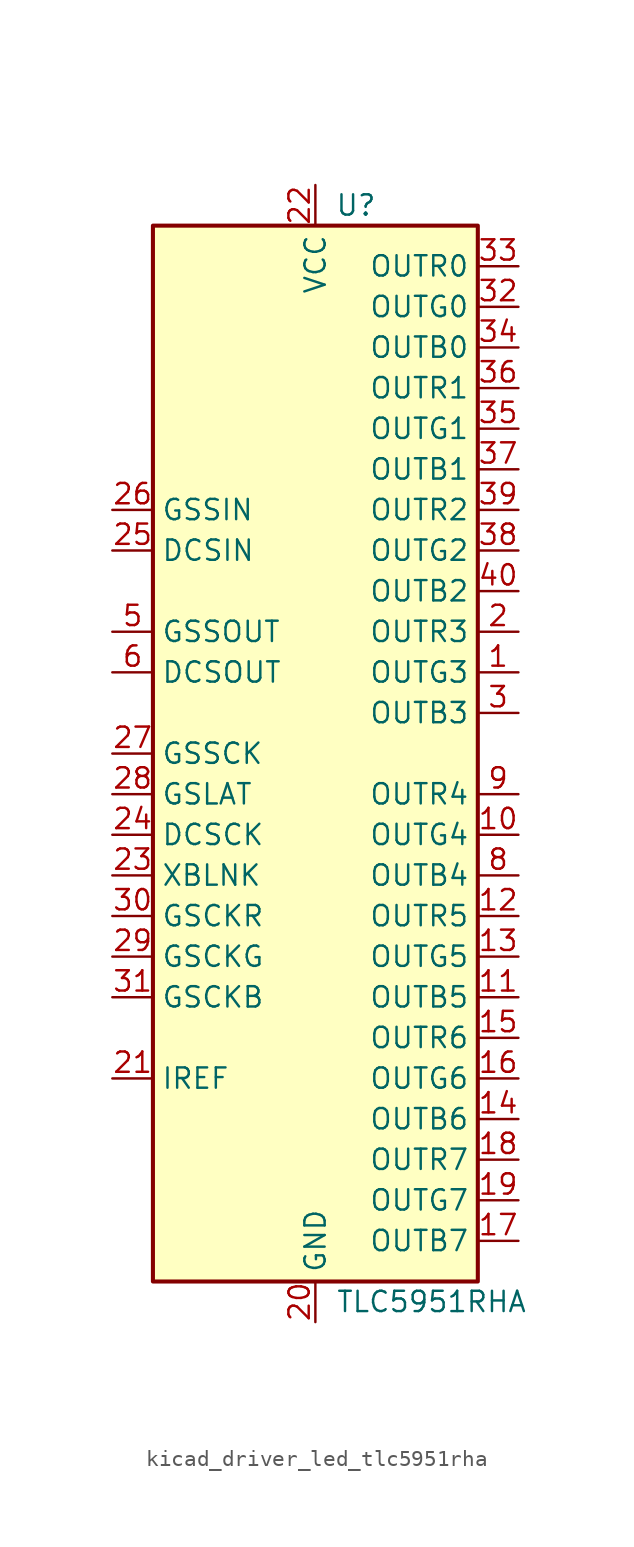
<source format=kicad_sym>
(kicad_symbol_lib
  (version 20220914)
  (generator kicad_symbol_editor)
  (symbol "kicad_driver_led_tlc5951rha"
    (property "Reference" "U"
      (at 2.54 34.29 0)
      (effects (font (size 1.27 1.27))))
    (property "Value" "TLC5951RHA"
      (at 1.27 -34.29 0)
      (effects (font (size 1.27 1.27)) (justify left)))
    (symbol "kicad_driver_led_tlc5951rha_0_1"
      (rectangle (start -10.16 33.02) (end 10.16 -33.02) (stroke (width 0.254) (type default)) (fill (type background)))
      (pin open_collector line (at 12.7 5.08 180) (length 2.54) (name "OUTG3" (effects (font (size 1.27 1.27)))) (number "1" (effects (font (size 1.27 1.27)))))
      (pin open_collector line (at 12.7 -5.08 180) (length 2.54) (name "OUTG4" (effects (font (size 1.27 1.27)))) (number "10" (effects (font (size 1.27 1.27)))))
      (pin open_collector line (at 12.7 -15.24 180) (length 2.54) (name "OUTB5" (effects (font (size 1.27 1.27)))) (number "11" (effects (font (size 1.27 1.27)))))
      (pin open_collector line (at 12.7 -10.16 180) (length 2.54) (name "OUTR5" (effects (font (size 1.27 1.27)))) (number "12" (effects (font (size 1.27 1.27)))))
      (pin open_collector line (at 12.7 -12.7 180) (length 2.54) (name "OUTG5" (effects (font (size 1.27 1.27)))) (number "13" (effects (font (size 1.27 1.27)))))
      (pin open_collector line (at 12.7 -22.86 180) (length 2.54) (name "OUTB6" (effects (font (size 1.27 1.27)))) (number "14" (effects (font (size 1.27 1.27)))))
      (pin open_collector line (at 12.7 -17.78 180) (length 2.54) (name "OUTR6" (effects (font (size 1.27 1.27)))) (number "15" (effects (font (size 1.27 1.27)))))
      (pin open_collector line (at 12.7 -20.32 180) (length 2.54) (name "OUTG6" (effects (font (size 1.27 1.27)))) (number "16" (effects (font (size 1.27 1.27)))))
      (pin open_collector line (at 12.7 -30.48 180) (length 2.54) (name "OUTB7" (effects (font (size 1.27 1.27)))) (number "17" (effects (font (size 1.27 1.27)))))
      (pin open_collector line (at 12.7 -25.4 180) (length 2.54) (name "OUTR7" (effects (font (size 1.27 1.27)))) (number "18" (effects (font (size 1.27 1.27)))))
      (pin open_collector line (at 12.7 -27.94 180) (length 2.54) (name "OUTG7" (effects (font (size 1.27 1.27)))) (number "19" (effects (font (size 1.27 1.27)))))
      (pin open_collector line (at 12.7 7.62 180) (length 2.54) (name "OUTR3" (effects (font (size 1.27 1.27)))) (number "2" (effects (font (size 1.27 1.27)))))
      (pin power_in line (at 0 -35.56 90) (length 2.54) (name "GND" (effects (font (size 1.27 1.27)))) (number "20" (effects (font (size 1.27 1.27)))))
      (pin passive line (at -12.7 -20.32 0) (length 2.54) (name "IREF" (effects (font (size 1.27 1.27)))) (number "21" (effects (font (size 1.27 1.27)))))
      (pin power_in line (at 0 35.56 270) (length 2.54) (name "VCC" (effects (font (size 1.27 1.27)))) (number "22" (effects (font (size 1.27 1.27)))))
      (pin input line (at -12.7 -7.62 0) (length 2.54) (name "XBLNK" (effects (font (size 1.27 1.27)))) (number "23" (effects (font (size 1.27 1.27)))))
      (pin input line (at -12.7 -5.08 0) (length 2.54) (name "DCSCK" (effects (font (size 1.27 1.27)))) (number "24" (effects (font (size 1.27 1.27)))))
      (pin input line (at -12.7 12.7 0) (length 2.54) (name "DCSIN" (effects (font (size 1.27 1.27)))) (number "25" (effects (font (size 1.27 1.27)))))
      (pin input line (at -12.7 15.24 0) (length 2.54) (name "GSSIN" (effects (font (size 1.27 1.27)))) (number "26" (effects (font (size 1.27 1.27)))))
      (pin input line (at -12.7 0 0) (length 2.54) (name "GSSCK" (effects (font (size 1.27 1.27)))) (number "27" (effects (font (size 1.27 1.27)))))
      (pin input line (at -12.7 -2.54 0) (length 2.54) (name "GSLAT" (effects (font (size 1.27 1.27)))) (number "28" (effects (font (size 1.27 1.27)))))
      (pin input line (at -12.7 -12.7 0) (length 2.54) (name "GSCKG" (effects (font (size 1.27 1.27)))) (number "29" (effects (font (size 1.27 1.27)))))
      (pin open_collector line (at 12.7 2.54 180) (length 2.54) (name "OUTB3" (effects (font (size 1.27 1.27)))) (number "3" (effects (font (size 1.27 1.27)))))
      (pin input line (at -12.7 -10.16 0) (length 2.54) (name "GSCKR" (effects (font (size 1.27 1.27)))) (number "30" (effects (font (size 1.27 1.27)))))
      (pin input line (at -12.7 -15.24 0) (length 2.54) (name "GSCKB" (effects (font (size 1.27 1.27)))) (number "31" (effects (font (size 1.27 1.27)))))
      (pin open_collector line (at 12.7 27.94 180) (length 2.54) (name "OUTG0" (effects (font (size 1.27 1.27)))) (number "32" (effects (font (size 1.27 1.27)))))
      (pin open_collector line (at 12.7 30.48 180) (length 2.54) (name "OUTR0" (effects (font (size 1.27 1.27)))) (number "33" (effects (font (size 1.27 1.27)))))
      (pin open_collector line (at 12.7 25.4 180) (length 2.54) (name "OUTB0" (effects (font (size 1.27 1.27)))) (number "34" (effects (font (size 1.27 1.27)))))
      (pin open_collector line (at 12.7 20.32 180) (length 2.54) (name "OUTG1" (effects (font (size 1.27 1.27)))) (number "35" (effects (font (size 1.27 1.27)))))
      (pin open_collector line (at 12.7 22.86 180) (length 2.54) (name "OUTR1" (effects (font (size 1.27 1.27)))) (number "36" (effects (font (size 1.27 1.27)))))
      (pin open_collector line (at 12.7 17.78 180) (length 2.54) (name "OUTB1" (effects (font (size 1.27 1.27)))) (number "37" (effects (font (size 1.27 1.27)))))
      (pin open_collector line (at 12.7 12.7 180) (length 2.54) (name "OUTG2" (effects (font (size 1.27 1.27)))) (number "38" (effects (font (size 1.27 1.27)))))
      (pin open_collector line (at 12.7 15.24 180) (length 2.54) (name "OUTR2" (effects (font (size 1.27 1.27)))) (number "39" (effects (font (size 1.27 1.27)))))
      (pin no_connect line (at -10.16 -22.86 0) (length 2.54) hide (name "NC" (effects (font (size 1.27 1.27)))) (number "4" (effects (font (size 1.27 1.27)))))
      (pin open_collector line (at 12.7 10.16 180) (length 2.54) (name "OUTB2" (effects (font (size 1.27 1.27)))) (number "40" (effects (font (size 1.27 1.27)))))
      (pin passive line (at 0 -35.56 90) (length 2.54) hide (name "GND" (effects (font (size 1.27 1.27)))) (number "41" (effects (font (size 1.27 1.27)))))
      (pin no_connect line (at -10.16 -25.4 0) (length 2.54) hide (name "NC" (effects (font (size 1.27 1.27)))) (number "7" (effects (font (size 1.27 1.27)))))
      (pin open_collector line (at 12.7 -7.62 180) (length 2.54) (name "OUTB4" (effects (font (size 1.27 1.27)))) (number "8" (effects (font (size 1.27 1.27)))))
      (pin open_collector line (at 12.7 -2.54 180) (length 2.54) (name "OUTR4" (effects (font (size 1.27 1.27)))) (number "9" (effects (font (size 1.27 1.27))))))
    (symbol "kicad_driver_led_tlc5951rha_1_1"
      (pin output line (at -12.7 7.62 0) (length 2.54) (name "GSSOUT" (effects (font (size 1.27 1.27)))) (number "5" (effects (font (size 1.27 1.27)))))
      (pin output line (at -12.7 5.08 0) (length 2.54) (name "DCSOUT" (effects (font (size 1.27 1.27)))) (number "6" (effects (font (size 1.27 1.27))))))))
</source>
